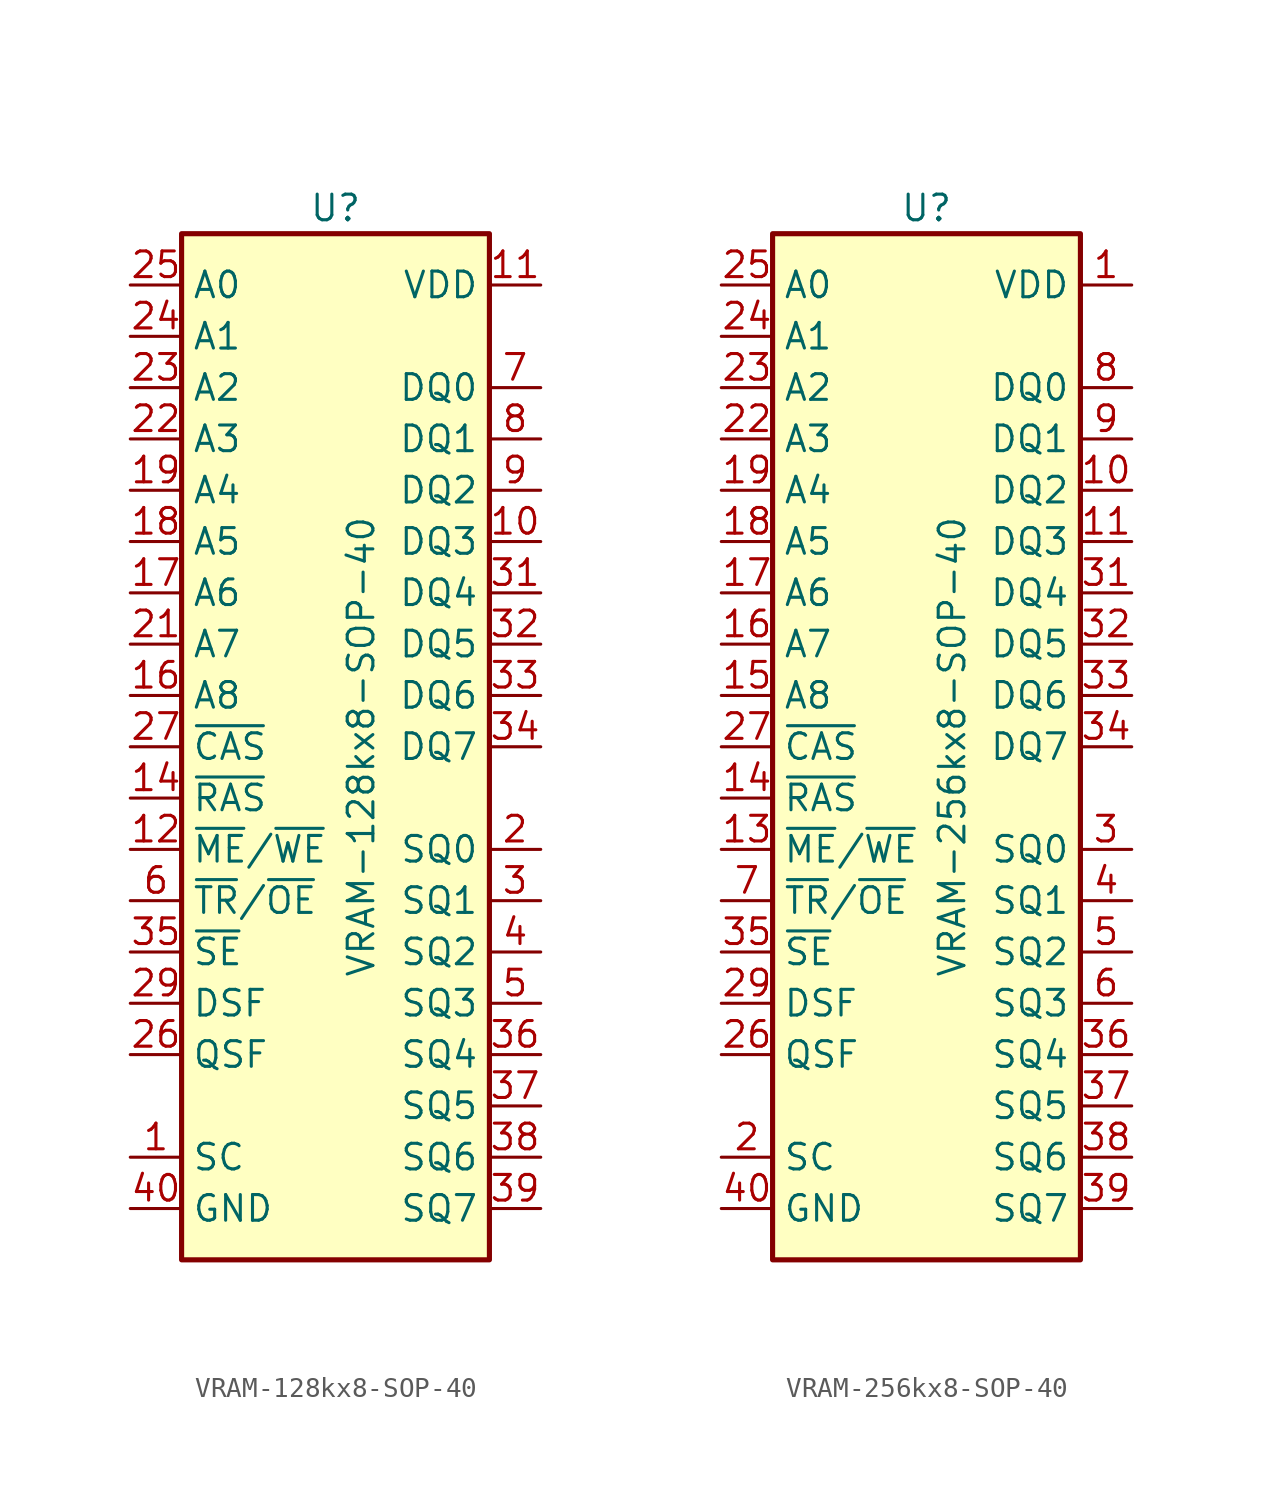
<source format=kicad_sym>
(kicad_symbol_lib
  (version 20231120)
  (generator "kicad_symbol_editor")
  (generator_version "8.0")
  (symbol "VRAM-128kx8-SOP-40"
    (property "Reference" "U"
      (at 0 26.67 0)
      (effects (font (size 1.27 1.27))))
    (property "Value" "VRAM-128kx8-SOP-40"
      (at 1.27 0 90)
      (effects (font (size 1.27 1.27))))
    (symbol "VRAM-128kx8-SOP-40_0_1"
      (rectangle (start -7.62 25.4) (end 7.62 -25.4) (stroke (width 0.254) (type default)) (fill (type background))))
    (symbol "VRAM-128kx8-SOP-40_1_1"
      (pin input line (at -10.16 -20.32 0) (length 2.54) (name "SC" (effects (font (size 1.27 1.27)))) (number "1" (effects (font (size 1.27 1.27)))))
      (pin bidirectional line (at 10.16 10.16 180) (length 2.54) (name "DQ3" (effects (font (size 1.27 1.27)))) (number "10" (effects (font (size 1.27 1.27)))))
      (pin power_in line (at 10.16 22.86 180) (length 2.54) (name "VDD" (effects (font (size 1.27 1.27)))) (number "11" (effects (font (size 1.27 1.27)))))
      (pin input line (at -10.16 -5.08 0) (length 2.54) (name "~{ME}/~{WE}" (effects (font (size 1.27 1.27)))) (number "12" (effects (font (size 1.27 1.27)))))
      (pin input line (at -10.16 -2.54 0) (length 2.54) (name "~{RAS}" (effects (font (size 1.27 1.27)))) (number "14" (effects (font (size 1.27 1.27)))))
      (pin input line (at -10.16 2.54 0) (length 2.54) (name "A8" (effects (font (size 1.27 1.27)))) (number "16" (effects (font (size 1.27 1.27)))))
      (pin input line (at -10.16 7.62 0) (length 2.54) (name "A6" (effects (font (size 1.27 1.27)))) (number "17" (effects (font (size 1.27 1.27)))))
      (pin input line (at -10.16 10.16 0) (length 2.54) (name "A5" (effects (font (size 1.27 1.27)))) (number "18" (effects (font (size 1.27 1.27)))))
      (pin input line (at -10.16 12.7 0) (length 2.54) (name "A4" (effects (font (size 1.27 1.27)))) (number "19" (effects (font (size 1.27 1.27)))))
      (pin bidirectional line (at 10.16 -5.08 180) (length 2.54) (name "SQ0" (effects (font (size 1.27 1.27)))) (number "2" (effects (font (size 1.27 1.27)))))
      (pin power_in line (at 10.16 22.86 180) (length 2.54) hide (name "VDD" (effects (font (size 1.27 1.27)))) (number "20" (effects (font (size 1.27 1.27)))))
      (pin input line (at -10.16 5.08 0) (length 2.54) (name "A7" (effects (font (size 1.27 1.27)))) (number "21" (effects (font (size 1.27 1.27)))))
      (pin input line (at -10.16 15.24 0) (length 2.54) (name "A3" (effects (font (size 1.27 1.27)))) (number "22" (effects (font (size 1.27 1.27)))))
      (pin input line (at -10.16 17.78 0) (length 2.54) (name "A2" (effects (font (size 1.27 1.27)))) (number "23" (effects (font (size 1.27 1.27)))))
      (pin input line (at -10.16 20.32 0) (length 2.54) (name "A1" (effects (font (size 1.27 1.27)))) (number "24" (effects (font (size 1.27 1.27)))))
      (pin input line (at -10.16 22.86 0) (length 2.54) (name "A0" (effects (font (size 1.27 1.27)))) (number "25" (effects (font (size 1.27 1.27)))))
      (pin output line (at -10.16 -15.24 0) (length 2.54) (name "QSF" (effects (font (size 1.27 1.27)))) (number "26" (effects (font (size 1.27 1.27)))))
      (pin input line (at -10.16 0 0) (length 2.54) (name "~{CAS}" (effects (font (size 1.27 1.27)))) (number "27" (effects (font (size 1.27 1.27)))))
      (pin input line (at -10.16 -12.7 0) (length 2.54) (name "DSF" (effects (font (size 1.27 1.27)))) (number "29" (effects (font (size 1.27 1.27)))))
      (pin bidirectional line (at 10.16 -7.62 180) (length 2.54) (name "SQ1" (effects (font (size 1.27 1.27)))) (number "3" (effects (font (size 1.27 1.27)))))
      (pin power_in line (at -10.16 -22.86 0) (length 2.54) hide (name "GND" (effects (font (size 1.27 1.27)))) (number "30" (effects (font (size 1.27 1.27)))))
      (pin bidirectional line (at 10.16 7.62 180) (length 2.54) (name "DQ4" (effects (font (size 1.27 1.27)))) (number "31" (effects (font (size 1.27 1.27)))))
      (pin bidirectional line (at 10.16 5.08 180) (length 2.54) (name "DQ5" (effects (font (size 1.27 1.27)))) (number "32" (effects (font (size 1.27 1.27)))))
      (pin bidirectional line (at 10.16 2.54 180) (length 2.54) (name "DQ6" (effects (font (size 1.27 1.27)))) (number "33" (effects (font (size 1.27 1.27)))))
      (pin bidirectional line (at 10.16 0 180) (length 2.54) (name "DQ7" (effects (font (size 1.27 1.27)))) (number "34" (effects (font (size 1.27 1.27)))))
      (pin input line (at -10.16 -10.16 0) (length 2.54) (name "~{SE}" (effects (font (size 1.27 1.27)))) (number "35" (effects (font (size 1.27 1.27)))))
      (pin bidirectional line (at 10.16 -15.24 180) (length 2.54) (name "SQ4" (effects (font (size 1.27 1.27)))) (number "36" (effects (font (size 1.27 1.27)))))
      (pin bidirectional line (at 10.16 -17.78 180) (length 2.54) (name "SQ5" (effects (font (size 1.27 1.27)))) (number "37" (effects (font (size 1.27 1.27)))))
      (pin bidirectional line (at 10.16 -20.32 180) (length 2.54) (name "SQ6" (effects (font (size 1.27 1.27)))) (number "38" (effects (font (size 1.27 1.27)))))
      (pin bidirectional line (at 10.16 -22.86 180) (length 2.54) (name "SQ7" (effects (font (size 1.27 1.27)))) (number "39" (effects (font (size 1.27 1.27)))))
      (pin bidirectional line (at 10.16 -10.16 180) (length 2.54) (name "SQ2" (effects (font (size 1.27 1.27)))) (number "4" (effects (font (size 1.27 1.27)))))
      (pin power_in line (at -10.16 -22.86 0) (length 2.54) (name "GND" (effects (font (size 1.27 1.27)))) (number "40" (effects (font (size 1.27 1.27)))))
      (pin bidirectional line (at 10.16 -12.7 180) (length 2.54) (name "SQ3" (effects (font (size 1.27 1.27)))) (number "5" (effects (font (size 1.27 1.27)))))
      (pin input line (at -10.16 -7.62 0) (length 2.54) (name "~{TR}/~{OE}" (effects (font (size 1.27 1.27)))) (number "6" (effects (font (size 1.27 1.27)))))
      (pin bidirectional line (at 10.16 17.78 180) (length 2.54) (name "DQ0" (effects (font (size 1.27 1.27)))) (number "7" (effects (font (size 1.27 1.27)))))
      (pin bidirectional line (at 10.16 15.24 180) (length 2.54) (name "DQ1" (effects (font (size 1.27 1.27)))) (number "8" (effects (font (size 1.27 1.27)))))
      (pin bidirectional line (at 10.16 12.7 180) (length 2.54) (name "DQ2" (effects (font (size 1.27 1.27)))) (number "9" (effects (font (size 1.27 1.27)))))))
  (symbol "VRAM-256kx8-SOP-40"
    (property "Reference" "U"
      (at 0 26.67 0)
      (effects (font (size 1.27 1.27))))
    (property "Value" "VRAM-256kx8-SOP-40"
      (at 1.27 0 90)
      (effects (font (size 1.27 1.27))))
    (symbol "VRAM-256kx8-SOP-40_0_1"
      (rectangle (start -7.62 25.4) (end 7.62 -25.4) (stroke (width 0.254) (type default)) (fill (type background))))
    (symbol "VRAM-256kx8-SOP-40_1_1"
      (pin power_in line (at 10.16 22.86 180) (length 2.54) (name "VDD" (effects (font (size 1.27 1.27)))) (number "1" (effects (font (size 1.27 1.27)))))
      (pin bidirectional line (at 10.16 12.7 180) (length 2.54) (name "DQ2" (effects (font (size 1.27 1.27)))) (number "10" (effects (font (size 1.27 1.27)))))
      (pin bidirectional line (at 10.16 10.16 180) (length 2.54) (name "DQ3" (effects (font (size 1.27 1.27)))) (number "11" (effects (font (size 1.27 1.27)))))
      (pin power_in line (at -10.16 -22.86 0) (length 2.54) hide (name "GND" (effects (font (size 1.27 1.27)))) (number "12" (effects (font (size 1.27 1.27)))))
      (pin input line (at -10.16 -5.08 0) (length 2.54) (name "~{ME}/~{WE}" (effects (font (size 1.27 1.27)))) (number "13" (effects (font (size 1.27 1.27)))))
      (pin input line (at -10.16 -2.54 0) (length 2.54) (name "~{RAS}" (effects (font (size 1.27 1.27)))) (number "14" (effects (font (size 1.27 1.27)))))
      (pin input line (at -10.16 2.54 0) (length 2.54) (name "A8" (effects (font (size 1.27 1.27)))) (number "15" (effects (font (size 1.27 1.27)))))
      (pin input line (at -10.16 5.08 0) (length 2.54) (name "A7" (effects (font (size 1.27 1.27)))) (number "16" (effects (font (size 1.27 1.27)))))
      (pin input line (at -10.16 7.62 0) (length 2.54) (name "A6" (effects (font (size 1.27 1.27)))) (number "17" (effects (font (size 1.27 1.27)))))
      (pin input line (at -10.16 10.16 0) (length 2.54) (name "A5" (effects (font (size 1.27 1.27)))) (number "18" (effects (font (size 1.27 1.27)))))
      (pin input line (at -10.16 12.7 0) (length 2.54) (name "A4" (effects (font (size 1.27 1.27)))) (number "19" (effects (font (size 1.27 1.27)))))
      (pin input line (at -10.16 -20.32 0) (length 2.54) (name "SC" (effects (font (size 1.27 1.27)))) (number "2" (effects (font (size 1.27 1.27)))))
      (pin power_in line (at 10.16 22.86 180) (length 2.54) hide (name "VDD" (effects (font (size 1.27 1.27)))) (number "20" (effects (font (size 1.27 1.27)))))
      (pin power_in line (at -10.16 -22.86 0) (length 2.54) hide (name "GND" (effects (font (size 1.27 1.27)))) (number "21" (effects (font (size 1.27 1.27)))))
      (pin input line (at -10.16 15.24 0) (length 2.54) (name "A3" (effects (font (size 1.27 1.27)))) (number "22" (effects (font (size 1.27 1.27)))))
      (pin input line (at -10.16 17.78 0) (length 2.54) (name "A2" (effects (font (size 1.27 1.27)))) (number "23" (effects (font (size 1.27 1.27)))))
      (pin input line (at -10.16 20.32 0) (length 2.54) (name "A1" (effects (font (size 1.27 1.27)))) (number "24" (effects (font (size 1.27 1.27)))))
      (pin input line (at -10.16 22.86 0) (length 2.54) (name "A0" (effects (font (size 1.27 1.27)))) (number "25" (effects (font (size 1.27 1.27)))))
      (pin output line (at -10.16 -15.24 0) (length 2.54) (name "QSF" (effects (font (size 1.27 1.27)))) (number "26" (effects (font (size 1.27 1.27)))))
      (pin input line (at -10.16 0 0) (length 2.54) (name "~{CAS}" (effects (font (size 1.27 1.27)))) (number "27" (effects (font (size 1.27 1.27)))))
      (pin input line (at -10.16 -12.7 0) (length 2.54) (name "DSF" (effects (font (size 1.27 1.27)))) (number "29" (effects (font (size 1.27 1.27)))))
      (pin bidirectional line (at 10.16 -5.08 180) (length 2.54) (name "SQ0" (effects (font (size 1.27 1.27)))) (number "3" (effects (font (size 1.27 1.27)))))
      (pin power_in line (at -10.16 -22.86 0) (length 2.54) hide (name "GND" (effects (font (size 1.27 1.27)))) (number "30" (effects (font (size 1.27 1.27)))))
      (pin bidirectional line (at 10.16 7.62 180) (length 2.54) (name "DQ4" (effects (font (size 1.27 1.27)))) (number "31" (effects (font (size 1.27 1.27)))))
      (pin bidirectional line (at 10.16 5.08 180) (length 2.54) (name "DQ5" (effects (font (size 1.27 1.27)))) (number "32" (effects (font (size 1.27 1.27)))))
      (pin bidirectional line (at 10.16 2.54 180) (length 2.54) (name "DQ6" (effects (font (size 1.27 1.27)))) (number "33" (effects (font (size 1.27 1.27)))))
      (pin bidirectional line (at 10.16 0 180) (length 2.54) (name "DQ7" (effects (font (size 1.27 1.27)))) (number "34" (effects (font (size 1.27 1.27)))))
      (pin input line (at -10.16 -10.16 0) (length 2.54) (name "~{SE}" (effects (font (size 1.27 1.27)))) (number "35" (effects (font (size 1.27 1.27)))))
      (pin bidirectional line (at 10.16 -15.24 180) (length 2.54) (name "SQ4" (effects (font (size 1.27 1.27)))) (number "36" (effects (font (size 1.27 1.27)))))
      (pin bidirectional line (at 10.16 -17.78 180) (length 2.54) (name "SQ5" (effects (font (size 1.27 1.27)))) (number "37" (effects (font (size 1.27 1.27)))))
      (pin bidirectional line (at 10.16 -20.32 180) (length 2.54) (name "SQ6" (effects (font (size 1.27 1.27)))) (number "38" (effects (font (size 1.27 1.27)))))
      (pin bidirectional line (at 10.16 -22.86 180) (length 2.54) (name "SQ7" (effects (font (size 1.27 1.27)))) (number "39" (effects (font (size 1.27 1.27)))))
      (pin bidirectional line (at 10.16 -7.62 180) (length 2.54) (name "SQ1" (effects (font (size 1.27 1.27)))) (number "4" (effects (font (size 1.27 1.27)))))
      (pin power_in line (at -10.16 -22.86 0) (length 2.54) (name "GND" (effects (font (size 1.27 1.27)))) (number "40" (effects (font (size 1.27 1.27)))))
      (pin bidirectional line (at 10.16 -10.16 180) (length 2.54) (name "SQ2" (effects (font (size 1.27 1.27)))) (number "5" (effects (font (size 1.27 1.27)))))
      (pin bidirectional line (at 10.16 -12.7 180) (length 2.54) (name "SQ3" (effects (font (size 1.27 1.27)))) (number "6" (effects (font (size 1.27 1.27)))))
      (pin input line (at -10.16 -7.62 0) (length 2.54) (name "~{TR}/~{OE}" (effects (font (size 1.27 1.27)))) (number "7" (effects (font (size 1.27 1.27)))))
      (pin bidirectional line (at 10.16 17.78 180) (length 2.54) (name "DQ0" (effects (font (size 1.27 1.27)))) (number "8" (effects (font (size 1.27 1.27)))))
      (pin bidirectional line (at 10.16 15.24 180) (length 2.54) (name "DQ1" (effects (font (size 1.27 1.27)))) (number "9" (effects (font (size 1.27 1.27))))))))
</source>
